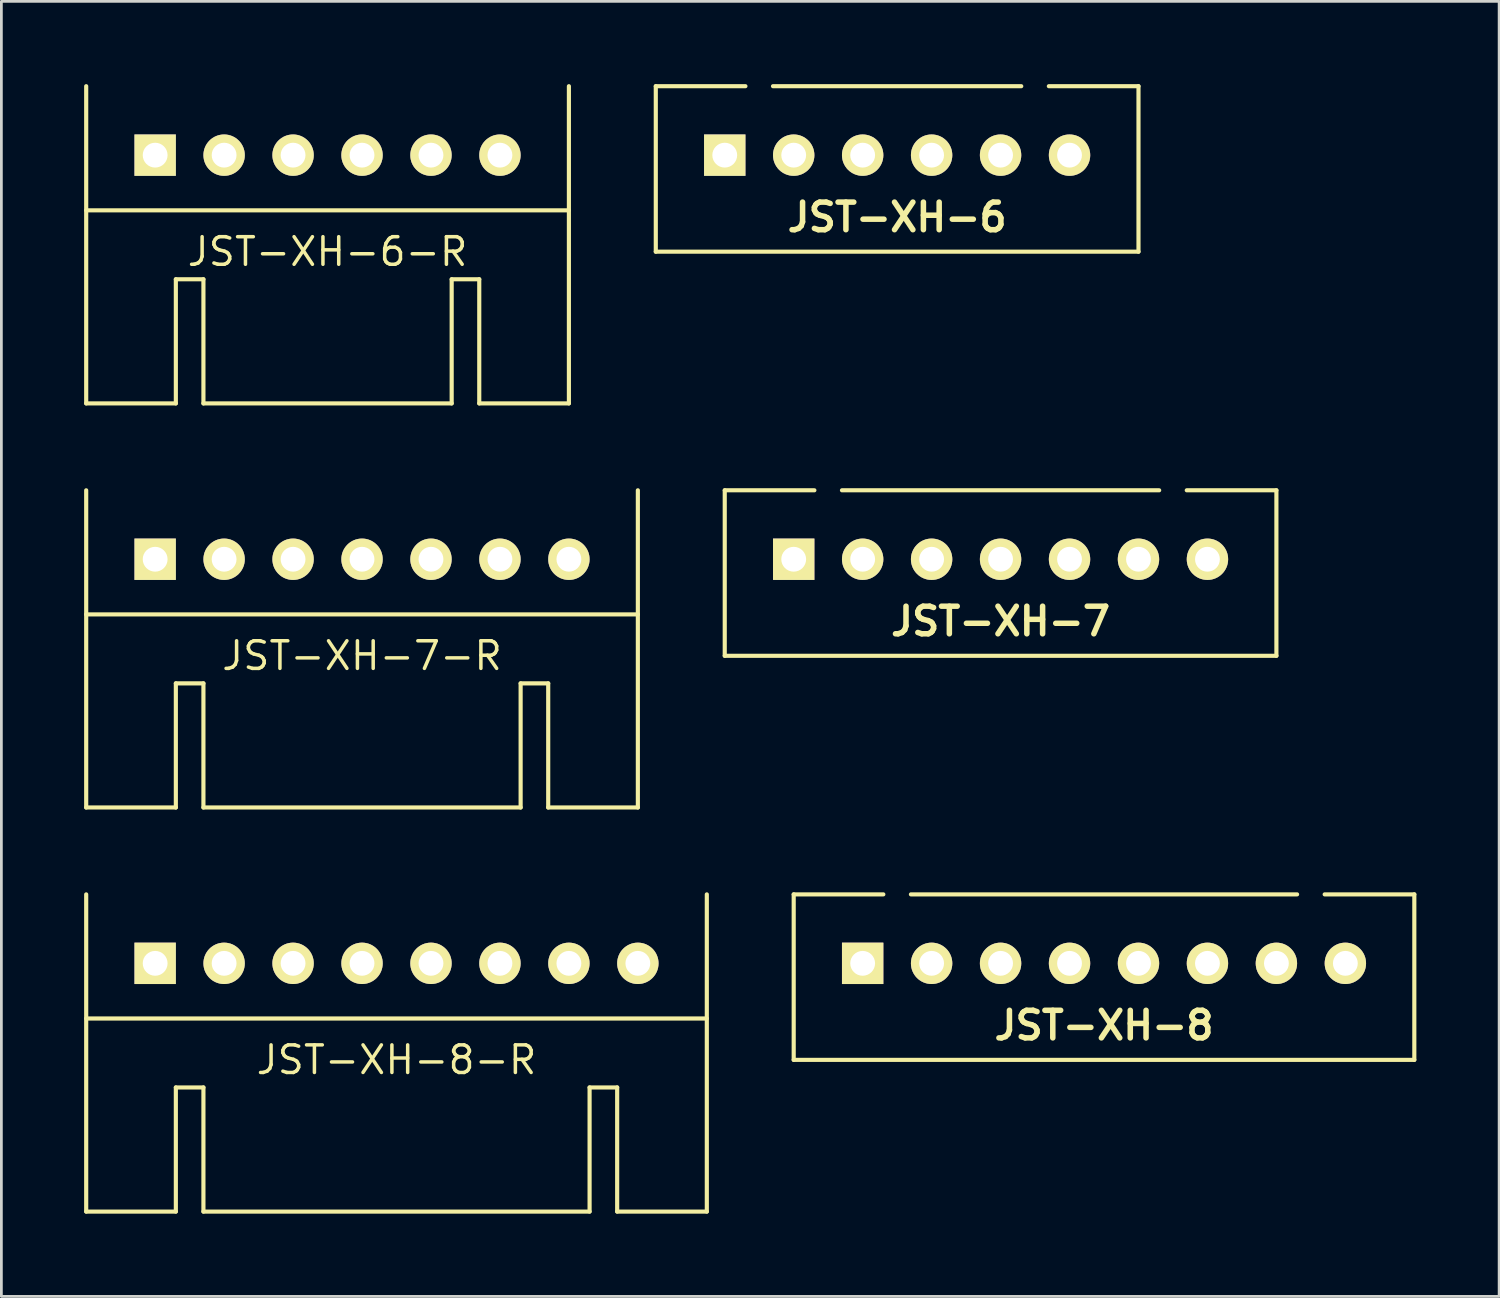
<source format=kicad_pcb>
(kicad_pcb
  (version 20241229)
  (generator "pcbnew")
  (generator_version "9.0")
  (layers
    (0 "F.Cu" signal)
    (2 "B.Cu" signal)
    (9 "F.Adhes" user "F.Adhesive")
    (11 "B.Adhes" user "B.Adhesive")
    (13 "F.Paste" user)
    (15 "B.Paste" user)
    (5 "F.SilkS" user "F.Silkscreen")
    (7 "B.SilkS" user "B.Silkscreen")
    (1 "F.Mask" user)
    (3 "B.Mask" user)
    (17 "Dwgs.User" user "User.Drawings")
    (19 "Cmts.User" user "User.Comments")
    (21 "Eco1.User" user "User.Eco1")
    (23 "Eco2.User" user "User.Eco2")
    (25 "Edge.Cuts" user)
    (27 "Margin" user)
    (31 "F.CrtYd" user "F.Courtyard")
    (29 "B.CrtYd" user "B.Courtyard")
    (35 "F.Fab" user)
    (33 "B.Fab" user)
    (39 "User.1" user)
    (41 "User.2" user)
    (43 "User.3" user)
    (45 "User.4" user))
  (footprint "JST-XH-6-R"
    (layer "F.Cu")
    (at 8.825 2.575)
    (property "Reference" "JST-XH-6-R" (at 0 3.5 0) (layer "F.SilkS") (effects (font (size 1 1) (thickness 0.127))))
    (attr through_hole)
    (fp_line (start -8.75 9) (end -8.75 -2.5) (stroke (width 0.15) (type solid)) (layer "F.SilkS"))
    (fp_line (start -5.5 4.5) (end -5.5 9) (stroke (width 0.15) (type solid)) (layer "F.SilkS"))
    (fp_line (start -5.5 9) (end -8.75 9) (stroke (width 0.15) (type solid)) (layer "F.SilkS"))
    (fp_line (start -4.5 4.5) (end -5.5 4.5) (stroke (width 0.15) (type solid)) (layer "F.SilkS"))
    (fp_line (start -4.5 9) (end -4.5 4.5) (stroke (width 0.15) (type solid)) (layer "F.SilkS"))
    (fp_line (start -4.5 9) (end 4.5 9) (stroke (width 0.15) (type solid)) (layer "F.SilkS"))
    (fp_line (start 4.5 4.5) (end 4.5 9) (stroke (width 0.15) (type solid)) (layer "F.SilkS"))
    (fp_line (start 5.5 4.5) (end 4.5 4.5) (stroke (width 0.15) (type solid)) (layer "F.SilkS"))
    (fp_line (start 5.5 9) (end 5.5 4.5) (stroke (width 0.15) (type solid)) (layer "F.SilkS"))
    (fp_line (start 5.5 9) (end 8.75 9) (stroke (width 0.15) (type solid)) (layer "F.SilkS"))
    (fp_line (start 8.75 2) (end -8.75 2) (stroke (width 0.15) (type solid)) (layer "F.SilkS"))
    (fp_line (start 8.75 9) (end 8.75 -2.5) (stroke (width 0.15) (type solid)) (layer "F.SilkS"))
    (pad "1" thru_hole rect (at -6.25 0) (size 1.5 1.5) (drill 0.9) (layers "*.Cu" "*.Mask" "F.SilkS"))
    (pad "2" thru_hole circle (at -3.75 0) (size 1.5 1.5) (drill 0.9) (layers "*.Cu" "*.Mask" "F.SilkS"))
    (pad "3" thru_hole circle (at -1.25 0) (size 1.5 1.5) (drill 0.9) (layers "*.Cu" "*.Mask" "F.SilkS"))
    (pad "4" thru_hole circle (at 1.25 0) (size 1.5 1.5) (drill 0.9) (layers "*.Cu" "*.Mask" "F.SilkS"))
    (pad "5" thru_hole circle (at 3.75 0) (size 1.5 1.5) (drill 0.9) (layers "*.Cu" "*.Mask" "F.SilkS"))
    (pad "6" thru_hole circle (at 6.25 0) (size 1.5 1.5) (drill 0.9) (layers "*.Cu" "*.Mask" "F.SilkS")))
  (footprint "JST-XH-7-R"
    (layer "F.Cu")
    (at 10.075 17.225)
    (property "Reference" "JST-XH-7-R" (at 0 3.5 0) (layer "F.SilkS") (effects (font (size 1 1) (thickness 0.127))))
    (attr through_hole)
    (fp_line (start -10 2) (end 10 2) (stroke (width 0.15) (type solid)) (layer "F.SilkS"))
    (fp_line (start -10 9) (end -10 -2.5) (stroke (width 0.15) (type solid)) (layer "F.SilkS"))
    (fp_line (start -6.75 4.5) (end -6.75 9) (stroke (width 0.15) (type solid)) (layer "F.SilkS"))
    (fp_line (start -6.75 9) (end -10 9) (stroke (width 0.15) (type solid)) (layer "F.SilkS"))
    (fp_line (start -5.75 4.5) (end -6.75 4.5) (stroke (width 0.15) (type solid)) (layer "F.SilkS"))
    (fp_line (start -5.75 9) (end -5.75 4.5) (stroke (width 0.15) (type solid)) (layer "F.SilkS"))
    (fp_line (start -5.75 9) (end 5.75 9) (stroke (width 0.15) (type solid)) (layer "F.SilkS"))
    (fp_line (start 5.75 4.5) (end 5.75 9) (stroke (width 0.15) (type solid)) (layer "F.SilkS"))
    (fp_line (start 6.75 4.5) (end 5.75 4.5) (stroke (width 0.15) (type solid)) (layer "F.SilkS"))
    (fp_line (start 6.75 9) (end 6.75 4.5) (stroke (width 0.15) (type solid)) (layer "F.SilkS"))
    (fp_line (start 6.75 9) (end 10 9) (stroke (width 0.15) (type solid)) (layer "F.SilkS"))
    (fp_line (start 10 9) (end 10 -2.5) (stroke (width 0.15) (type solid)) (layer "F.SilkS"))
    (pad "1" thru_hole rect (at -7.5 0) (size 1.5 1.5) (drill 0.9) (layers "*.Cu" "*.Mask" "F.SilkS"))
    (pad "2" thru_hole circle (at -5 0) (size 1.5 1.5) (drill 0.9) (layers "*.Cu" "*.Mask" "F.SilkS"))
    (pad "3" thru_hole circle (at -2.5 0) (size 1.5 1.5) (drill 0.9) (layers "*.Cu" "*.Mask" "F.SilkS"))
    (pad "4" thru_hole circle (at 0 0) (size 1.5 1.5) (drill 0.9) (layers "*.Cu" "*.Mask" "F.SilkS"))
    (pad "5" thru_hole circle (at 2.5 0) (size 1.5 1.5) (drill 0.9) (layers "*.Cu" "*.Mask" "F.SilkS"))
    (pad "6" thru_hole circle (at 5 0) (size 1.5 1.5) (drill 0.9) (layers "*.Cu" "*.Mask" "F.SilkS"))
    (pad "7" thru_hole circle (at 7.5 0) (size 1.5 1.5) (drill 0.9) (layers "*.Cu" "*.Mask" "F.SilkS")))
  (footprint "JST-XH-7"
    (layer "F.Cu")
    (at 33.225 17.225)
    (property "Reference" "JST-XH-7" (at 0 2.25 0) (layer "F.SilkS") (effects (font (size 1 1) (thickness 0.2))))
    (attr through_hole)
    (fp_line (start -10 -2.5) (end -6.75 -2.5) (stroke (width 0.15) (type solid)) (layer "F.SilkS"))
    (fp_line (start -10 3.5) (end -10 -2.5) (stroke (width 0.15) (type solid)) (layer "F.SilkS"))
    (fp_line (start 5.75 -2.5) (end -5.75 -2.5) (stroke (width 0.15) (type solid)) (layer "F.SilkS"))
    (fp_line (start 10 -2.5) (end 6.75 -2.5) (stroke (width 0.15) (type solid)) (layer "F.SilkS"))
    (fp_line (start 10 -2.5) (end 10 3.5) (stroke (width 0.15) (type solid)) (layer "F.SilkS"))
    (fp_line (start 10 3.5) (end -10 3.5) (stroke (width 0.15) (type solid)) (layer "F.SilkS"))
    (pad "1" thru_hole rect (at -7.5 0) (size 1.5 1.5) (drill 0.9) (layers "*.Cu" "*.Mask" "F.SilkS"))
    (pad "2" thru_hole circle (at -5 0) (size 1.5 1.5) (drill 0.9) (layers "*.Cu" "*.Mask" "F.SilkS"))
    (pad "3" thru_hole circle (at -2.5 0) (size 1.5 1.5) (drill 0.9) (layers "*.Cu" "*.Mask" "F.SilkS"))
    (pad "4" thru_hole circle (at 0 0) (size 1.5 1.5) (drill 0.9) (layers "*.Cu" "*.Mask" "F.SilkS"))
    (pad "5" thru_hole circle (at 2.5 0) (size 1.5 1.5) (drill 0.9) (layers "*.Cu" "*.Mask" "F.SilkS"))
    (pad "6" thru_hole circle (at 5 0) (size 1.5 1.5) (drill 0.9) (layers "*.Cu" "*.Mask" "F.SilkS"))
    (pad "7" thru_hole circle (at 7.5 0) (size 1.5 1.5) (drill 0.9) (layers "*.Cu" "*.Mask" "F.SilkS")))
  (footprint "JST-XH-8"
    (layer "F.Cu")
    (at 36.975 31.875)
    (property "Reference" "JST-XH-8" (at 0 2.25 0) (layer "F.SilkS") (effects (font (size 1 1) (thickness 0.2))))
    (attr through_hole)
    (fp_line (start -11.25 -2.5) (end -8 -2.5) (stroke (width 0.15) (type solid)) (layer "F.SilkS"))
    (fp_line (start -11.25 3.5) (end -11.25 -2.5) (stroke (width 0.15) (type solid)) (layer "F.SilkS"))
    (fp_line (start 7 -2.5) (end -7 -2.5) (stroke (width 0.15) (type solid)) (layer "F.SilkS"))
    (fp_line (start 11.25 -2.5) (end 8 -2.5) (stroke (width 0.15) (type solid)) (layer "F.SilkS"))
    (fp_line (start 11.25 -2.5) (end 11.25 3.5) (stroke (width 0.15) (type solid)) (layer "F.SilkS"))
    (fp_line (start 11.25 3.5) (end -11.25 3.5) (stroke (width 0.15) (type solid)) (layer "F.SilkS"))
    (pad "1" thru_hole rect (at -8.75 0) (size 1.5 1.5) (drill 0.9) (layers "*.Cu" "*.Mask" "F.SilkS"))
    (pad "2" thru_hole circle (at -6.25 0) (size 1.5 1.5) (drill 0.9) (layers "*.Cu" "*.Mask" "F.SilkS"))
    (pad "3" thru_hole circle (at -3.75 0) (size 1.5 1.5) (drill 0.9) (layers "*.Cu" "*.Mask" "F.SilkS"))
    (pad "4" thru_hole circle (at -1.25 0) (size 1.5 1.5) (drill 0.9) (layers "*.Cu" "*.Mask" "F.SilkS"))
    (pad "5" thru_hole circle (at 1.25 0) (size 1.5 1.5) (drill 0.9) (layers "*.Cu" "*.Mask" "F.SilkS"))
    (pad "6" thru_hole circle (at 3.75 0) (size 1.5 1.5) (drill 0.9) (layers "*.Cu" "*.Mask" "F.SilkS"))
    (pad "7" thru_hole circle (at 6.25 0) (size 1.5 1.5) (drill 0.9) (layers "*.Cu" "*.Mask" "F.SilkS"))
    (pad "8" thru_hole circle (at 8.75 0) (size 1.5 1.5) (drill 0.9) (layers "*.Cu" "*.Mask" "F.SilkS")))
  (footprint "JST-XH-8-R"
    (layer "F.Cu")
    (at 11.325 31.875)
    (property "Reference" "JST-XH-8-R" (at 0 3.5 0) (layer "F.SilkS") (effects (font (size 1 1) (thickness 0.127))))
    (attr through_hole)
    (fp_line (start -11.25 9) (end -11.25 -2.5) (stroke (width 0.15) (type solid)) (layer "F.SilkS"))
    (fp_line (start -8 4.5) (end -8 9) (stroke (width 0.15) (type solid)) (layer "F.SilkS"))
    (fp_line (start -8 9) (end -11.25 9) (stroke (width 0.15) (type solid)) (layer "F.SilkS"))
    (fp_line (start -7 4.5) (end -8 4.5) (stroke (width 0.15) (type solid)) (layer "F.SilkS"))
    (fp_line (start -7 9) (end -7 4.5) (stroke (width 0.15) (type solid)) (layer "F.SilkS"))
    (fp_line (start -7 9) (end 7 9) (stroke (width 0.15) (type solid)) (layer "F.SilkS"))
    (fp_line (start 7 4.5) (end 7 9) (stroke (width 0.15) (type solid)) (layer "F.SilkS"))
    (fp_line (start 8 4.5) (end 7 4.5) (stroke (width 0.15) (type solid)) (layer "F.SilkS"))
    (fp_line (start 8 9) (end 8 4.5) (stroke (width 0.15) (type solid)) (layer "F.SilkS"))
    (fp_line (start 8 9) (end 11.25 9) (stroke (width 0.15) (type solid)) (layer "F.SilkS"))
    (fp_line (start 11.25 2) (end -11.25 2) (stroke (width 0.15) (type solid)) (layer "F.SilkS"))
    (fp_line (start 11.25 9) (end 11.25 -2.5) (stroke (width 0.15) (type solid)) (layer "F.SilkS"))
    (pad "1" thru_hole rect (at -8.75 0) (size 1.5 1.5) (drill 0.9) (layers "*.Cu" "*.Mask" "F.SilkS"))
    (pad "2" thru_hole circle (at -6.25 0) (size 1.5 1.5) (drill 0.9) (layers "*.Cu" "*.Mask" "F.SilkS"))
    (pad "3" thru_hole circle (at -3.75 0) (size 1.5 1.5) (drill 0.9) (layers "*.Cu" "*.Mask" "F.SilkS"))
    (pad "4" thru_hole circle (at -1.25 0) (size 1.5 1.5) (drill 0.9) (layers "*.Cu" "*.Mask" "F.SilkS"))
    (pad "5" thru_hole circle (at 1.25 0) (size 1.5 1.5) (drill 0.9) (layers "*.Cu" "*.Mask" "F.SilkS"))
    (pad "6" thru_hole circle (at 3.75 0) (size 1.5 1.5) (drill 0.9) (layers "*.Cu" "*.Mask" "F.SilkS"))
    (pad "7" thru_hole circle (at 6.25 0) (size 1.5 1.5) (drill 0.9) (layers "*.Cu" "*.Mask" "F.SilkS"))
    (pad "8" thru_hole circle (at 8.75 0) (size 1.5 1.5) (drill 0.9) (layers "*.Cu" "*.Mask" "F.SilkS")))
  (footprint "JST-XH-6"
    (layer "F.Cu")
    (at 29.475 2.575)
    (property "Reference" "JST-XH-6" (at 0 2.25 0) (layer "F.SilkS") (effects (font (size 1 1) (thickness 0.2))))
    (attr through_hole)
    (fp_line (start -8.75 -2.5) (end -5.5 -2.5) (stroke (width 0.15) (type solid)) (layer "F.SilkS"))
    (fp_line (start -8.75 3.5) (end -8.75 -2.5) (stroke (width 0.15) (type solid)) (layer "F.SilkS"))
    (fp_line (start 4.5 -2.5) (end -4.5 -2.5) (stroke (width 0.15) (type solid)) (layer "F.SilkS"))
    (fp_line (start 8.75 -2.5) (end 5.5 -2.5) (stroke (width 0.15) (type solid)) (layer "F.SilkS"))
    (fp_line (start 8.75 -2.5) (end 8.75 3.5) (stroke (width 0.15) (type solid)) (layer "F.SilkS"))
    (fp_line (start 8.75 3.5) (end -8.75 3.5) (stroke (width 0.15) (type solid)) (layer "F.SilkS"))
    (pad "1" thru_hole rect (at -6.25 0) (size 1.5 1.5) (drill 0.9) (layers "*.Cu" "*.Mask" "F.SilkS"))
    (pad "2" thru_hole circle (at -3.75 0) (size 1.5 1.5) (drill 0.9) (layers "*.Cu" "*.Mask" "F.SilkS"))
    (pad "3" thru_hole circle (at -1.25 0) (size 1.5 1.5) (drill 0.9) (layers "*.Cu" "*.Mask" "F.SilkS"))
    (pad "4" thru_hole circle (at 1.25 0) (size 1.5 1.5) (drill 0.9) (layers "*.Cu" "*.Mask" "F.SilkS"))
    (pad "5" thru_hole circle (at 3.75 0) (size 1.5 1.5) (drill 0.9) (layers "*.Cu" "*.Mask" "F.SilkS"))
    (pad "6" thru_hole circle (at 6.25 0) (size 1.5 1.5) (drill 0.9) (layers "*.Cu" "*.Mask" "F.SilkS")))
  (gr_rect
    (start -3 -3)
    (end 51.3 43.95)
    (stroke (width 0.1) (type default))
    (fill no)
    (layer "Edge.Cuts")))
</source>
